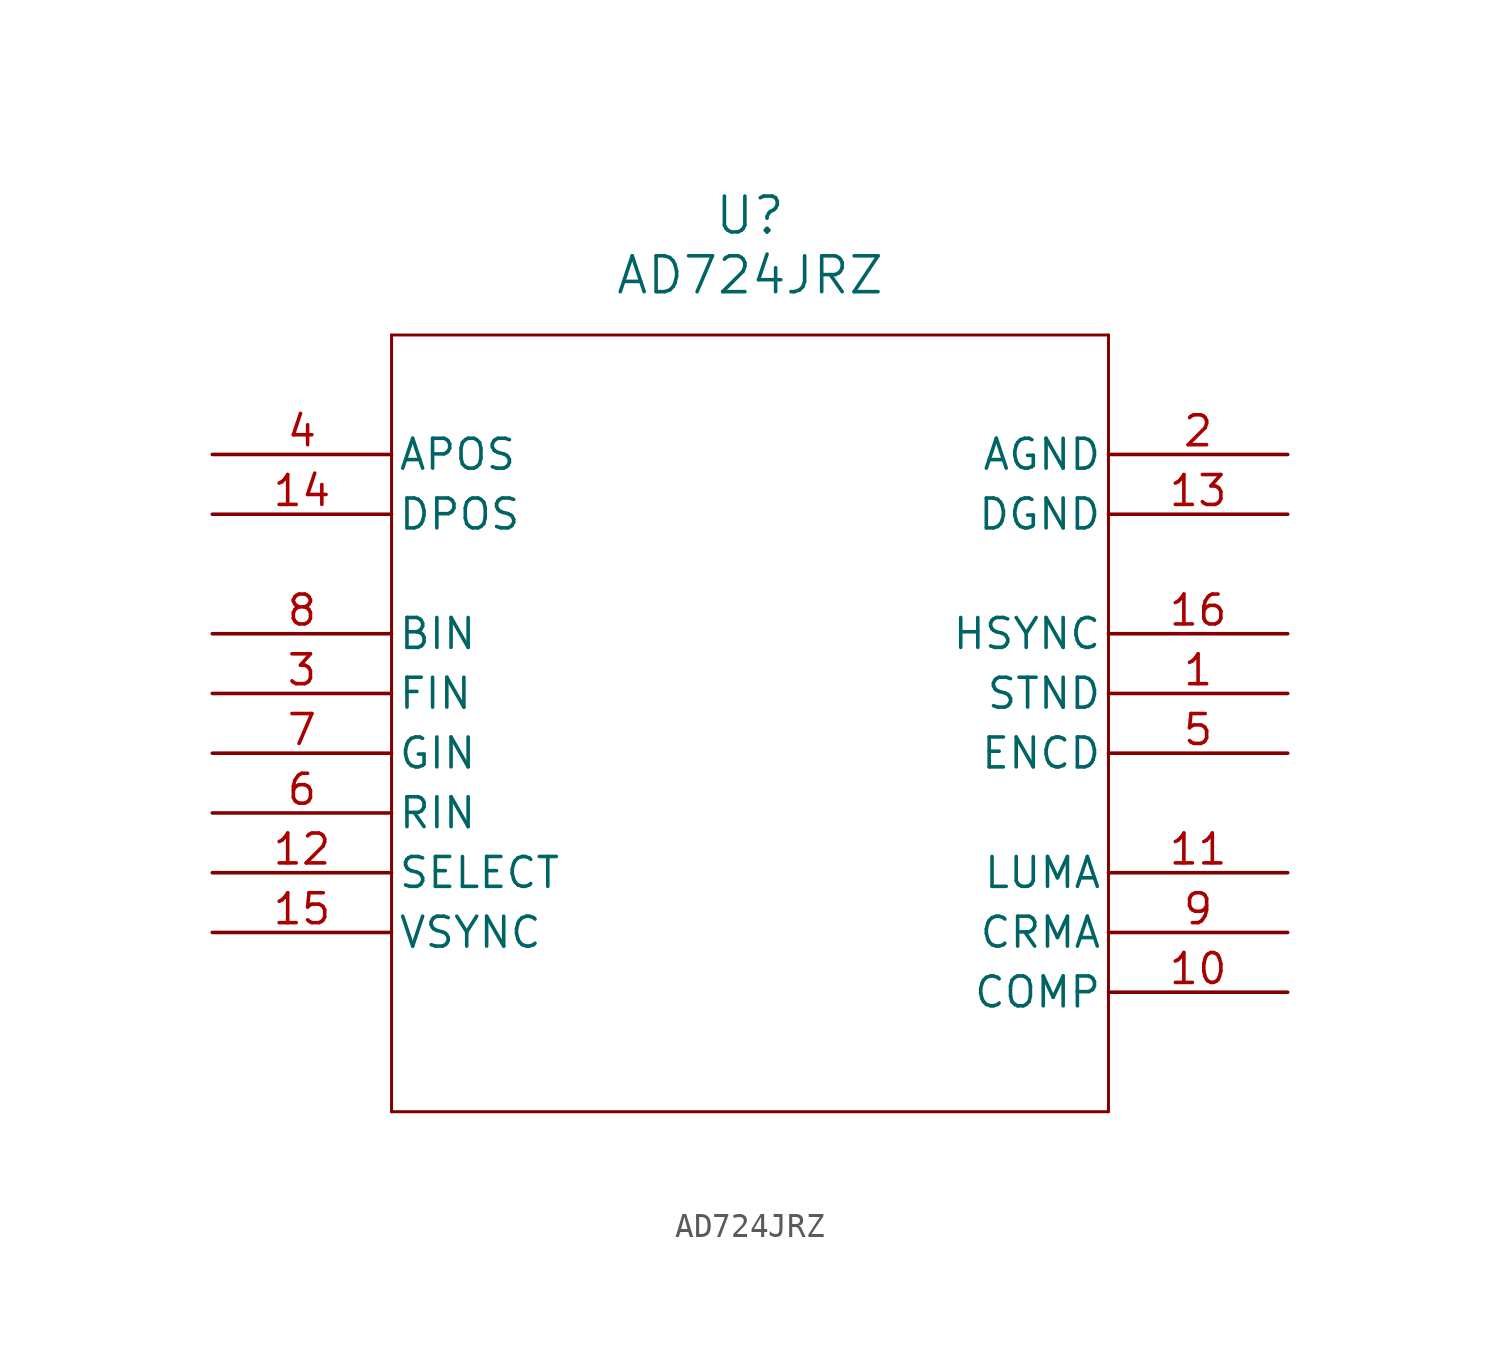
<source format=kicad_sym>
(kicad_symbol_lib
  (version 20211014)
  (generator kicad_symbol_editor)
  (symbol "AD724JRZ"
    (pin_names
      (offset 0.254))
    (property "Reference" "U"
      (at 22.86 10.16 0)
      (effects (font (size 1.524 1.524))))
    (property "Value" "AD724JRZ"
      (at 22.86 7.62 0)
      (effects (font (size 1.524 1.524))))
    (polyline
      (pts (xy 7.62 5.08) (xy 7.62 -27.94))
      (stroke (width 0.127) (type default) (color 0 0 0 0))
      (fill (type none)))
    (polyline
      (pts (xy 7.62 -27.94) (xy 38.1 -27.94))
      (stroke (width 0.127) (type default) (color 0 0 0 0))
      (fill (type none)))
    (polyline
      (pts (xy 38.1 -27.94) (xy 38.1 5.08))
      (stroke (width 0.127) (type default) (color 0 0 0 0))
      (fill (type none)))
    (polyline
      (pts (xy 38.1 5.08) (xy 7.62 5.08))
      (stroke (width 0.127) (type default) (color 0 0 0 0))
      (fill (type none)))
    (pin power_in line
      (at 0 0 0)
      (length 7.62)
      (name "APOS" (effects (font (size 1.27 1.27))))
      (number "4" (effects (font (size 1.27 1.27)))))
    (pin input line
      (at 0 -7.62 0)
      (length 7.62)
      (name "BIN" (effects (font (size 1.27 1.27))))
      (number "8" (effects (font (size 1.27 1.27)))))
    (pin output line
      (at 45.72 -22.86 180)
      (length 7.62)
      (name "COMP" (effects (font (size 1.27 1.27))))
      (number "10" (effects (font (size 1.27 1.27)))))
    (pin output line
      (at 45.72 -20.32 180)
      (length 7.62)
      (name "CRMA" (effects (font (size 1.27 1.27))))
      (number "9" (effects (font (size 1.27 1.27)))))
    (pin power_out line
      (at 45.72 -2.54 180)
      (length 7.62)
      (name "DGND" (effects (font (size 1.27 1.27))))
      (number "13" (effects (font (size 1.27 1.27)))))
    (pin power_in line
      (at 0 -2.54 0)
      (length 7.62)
      (name "DPOS" (effects (font (size 1.27 1.27))))
      (number "14" (effects (font (size 1.27 1.27)))))
    (pin input line
      (at 45.72 -12.7 180)
      (length 7.62)
      (name "ENCD" (effects (font (size 1.27 1.27))))
      (number "5" (effects (font (size 1.27 1.27)))))
    (pin input line
      (at 0 -10.16 0)
      (length 7.62)
      (name "FIN" (effects (font (size 1.27 1.27))))
      (number "3" (effects (font (size 1.27 1.27)))))
    (pin input line
      (at 0 -12.7 0)
      (length 7.62)
      (name "GIN" (effects (font (size 1.27 1.27))))
      (number "7" (effects (font (size 1.27 1.27)))))
    (pin power_out line
      (at 45.72 0 180)
      (length 7.62)
      (name "AGND" (effects (font (size 1.27 1.27))))
      (number "2" (effects (font (size 1.27 1.27)))))
    (pin input line
      (at 45.72 -7.62 180)
      (length 7.62)
      (name "HSYNC" (effects (font (size 1.27 1.27))))
      (number "16" (effects (font (size 1.27 1.27)))))
    (pin output line
      (at 45.72 -17.78 180)
      (length 7.62)
      (name "LUMA" (effects (font (size 1.27 1.27))))
      (number "11" (effects (font (size 1.27 1.27)))))
    (pin input line
      (at 0 -15.24 0)
      (length 7.62)
      (name "RIN" (effects (font (size 1.27 1.27))))
      (number "6" (effects (font (size 1.27 1.27)))))
    (pin input line
      (at 0 -17.78 0)
      (length 7.62)
      (name "SELECT" (effects (font (size 1.27 1.27))))
      (number "12" (effects (font (size 1.27 1.27)))))
    (pin input line
      (at 45.72 -10.16 180)
      (length 7.62)
      (name "STND" (effects (font (size 1.27 1.27))))
      (number "1" (effects (font (size 1.27 1.27)))))
    (pin input line
      (at 0 -20.32 0)
      (length 7.62)
      (name "VSYNC" (effects (font (size 1.27 1.27))))
      (number "15" (effects (font (size 1.27 1.27)))))))
</source>
